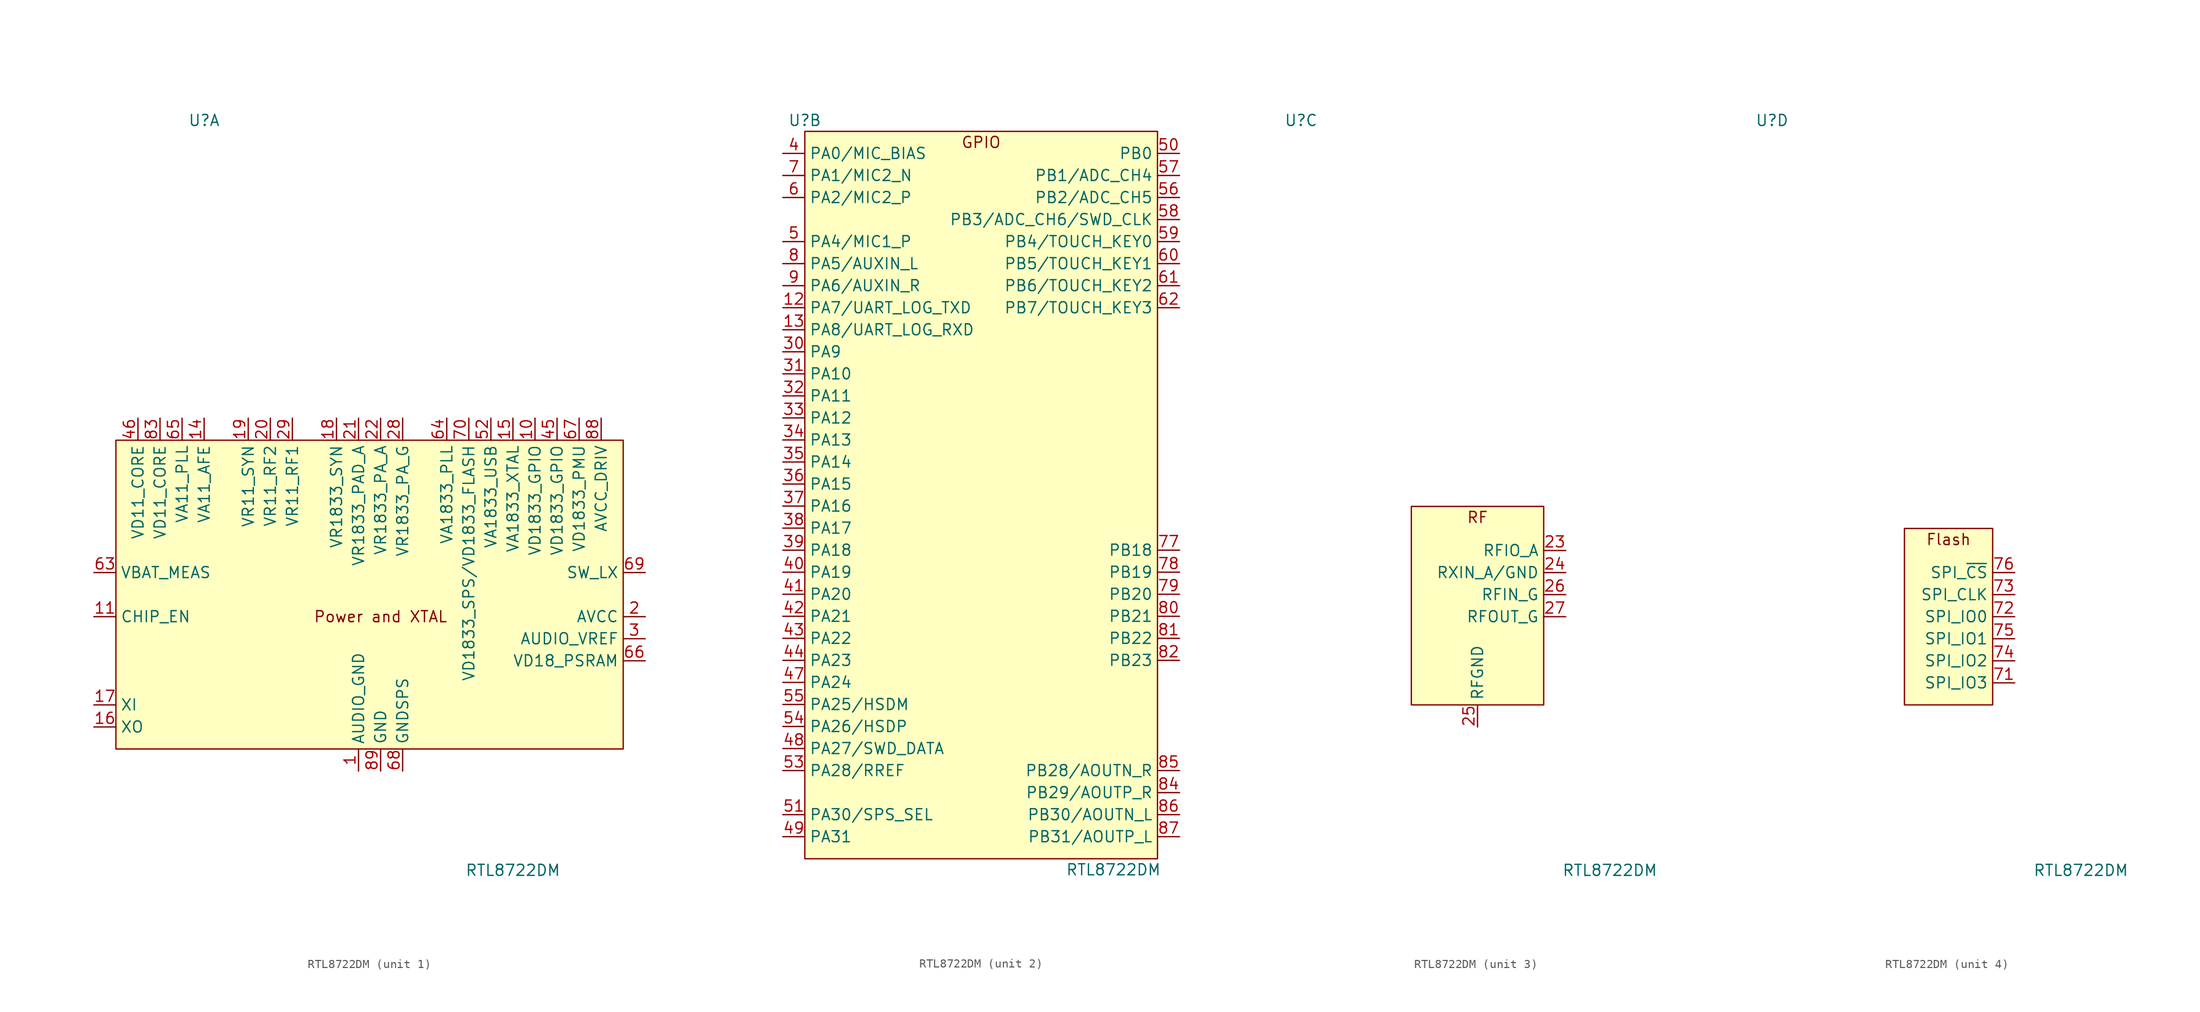
<source format=kicad_sym>
(kicad_symbol_lib
  (version 20220914)
  (generator kicad_symbol_editor)
  (symbol "RTL8722DM"
    (property "Reference" "U"
      (at -20.32 57.15 0)
      (effects (font (size 1.27 1.27))))
    (property "Value" "RTL8722DM"
      (at 15.24 -29.21 0)
      (effects (font (size 1.27 1.27))))
    (property "ki_locked" ""
      (at 0 0 0)
      (effects (font (size 1.27 1.27))))
    (symbol "RTL8722DM_1_0"
      (pin input line (at -33.02 0 0) (length 2.54) (name "CHIP_EN" (effects (font (size 1.27 1.27)))) (number "11" (effects (font (size 1.27 1.27))))))
    (symbol "RTL8722DM_1_1"
      (rectangle (start -30.48 20.32) (end 27.94 -15.24) (stroke (width 0) (type default)) (fill (type background)))
      (text "Power and XTAL" (at 0 0 0) (effects (font (size 1.27 1.27))))
      (pin power_out line (at -2.54 -17.78 90) (length 2.54) (name "AUDIO_GND" (effects (font (size 1.27 1.27)))) (number "1" (effects (font (size 1.27 1.27)))))
      (pin power_in line (at 17.78 22.86 270) (length 2.54) (name "VD1833_GPIO" (effects (font (size 1.27 1.27)))) (number "10" (effects (font (size 1.27 1.27)))))
      (pin power_in line (at -20.32 22.86 270) (length 2.54) (name "VA11_AFE" (effects (font (size 1.27 1.27)))) (number "14" (effects (font (size 1.27 1.27)))))
      (pin power_in line (at 15.24 22.86 270) (length 2.54) (name "VA1833_XTAL" (effects (font (size 1.27 1.27)))) (number "15" (effects (font (size 1.27 1.27)))))
      (pin output line (at -33.02 -12.7 0) (length 2.54) (name "XO" (effects (font (size 1.27 1.27)))) (number "16" (effects (font (size 1.27 1.27)))))
      (pin input line (at -33.02 -10.16 0) (length 2.54) (name "XI" (effects (font (size 1.27 1.27)))) (number "17" (effects (font (size 1.27 1.27)))))
      (pin power_in line (at -5.08 22.86 270) (length 2.54) (name "VR1833_SYN" (effects (font (size 1.27 1.27)))) (number "18" (effects (font (size 1.27 1.27)))))
      (pin power_in line (at -15.24 22.86 270) (length 2.54) (name "VR11_SYN" (effects (font (size 1.27 1.27)))) (number "19" (effects (font (size 1.27 1.27)))))
      (pin power_out line (at 30.48 0 180) (length 2.54) (name "AVCC" (effects (font (size 1.27 1.27)))) (number "2" (effects (font (size 1.27 1.27)))))
      (pin power_in line (at -12.7 22.86 270) (length 2.54) (name "VR11_RF2" (effects (font (size 1.27 1.27)))) (number "20" (effects (font (size 1.27 1.27)))))
      (pin power_in line (at -2.54 22.86 270) (length 2.54) (name "VR1833_PAD_A" (effects (font (size 1.27 1.27)))) (number "21" (effects (font (size 1.27 1.27)))))
      (pin power_in line (at 0 22.86 270) (length 2.54) (name "VR1833_PA_A" (effects (font (size 1.27 1.27)))) (number "22" (effects (font (size 1.27 1.27)))))
      (pin power_in line (at 2.54 22.86 270) (length 2.54) (name "VR1833_PA_G" (effects (font (size 1.27 1.27)))) (number "28" (effects (font (size 1.27 1.27)))))
      (pin power_in line (at -10.16 22.86 270) (length 2.54) (name "VR11_RF1" (effects (font (size 1.27 1.27)))) (number "29" (effects (font (size 1.27 1.27)))))
      (pin power_out line (at 30.48 -2.54 180) (length 2.54) (name "AUDIO_VREF" (effects (font (size 1.27 1.27)))) (number "3" (effects (font (size 1.27 1.27)))))
      (pin power_in line (at 20.32 22.86 270) (length 2.54) (name "VD1833_GPIO" (effects (font (size 1.27 1.27)))) (number "45" (effects (font (size 1.27 1.27)))))
      (pin power_in line (at -27.94 22.86 270) (length 2.54) (name "VD11_CORE" (effects (font (size 1.27 1.27)))) (number "46" (effects (font (size 1.27 1.27)))))
      (pin power_in line (at 12.7 22.86 270) (length 2.54) (name "VA1833_USB" (effects (font (size 1.27 1.27)))) (number "52" (effects (font (size 1.27 1.27)))))
      (pin input line (at -33.02 5.08 0) (length 2.54) (name "VBAT_MEAS" (effects (font (size 1.27 1.27)))) (number "63" (effects (font (size 1.27 1.27)))))
      (pin power_in line (at 7.62 22.86 270) (length 2.54) (name "VA1833_PLL" (effects (font (size 1.27 1.27)))) (number "64" (effects (font (size 1.27 1.27)))))
      (pin power_in line (at -22.86 22.86 270) (length 2.54) (name "VA11_PLL" (effects (font (size 1.27 1.27)))) (number "65" (effects (font (size 1.27 1.27)))))
      (pin power_out line (at 30.48 -5.08 180) (length 2.54) (name "VD18_PSRAM" (effects (font (size 1.27 1.27)))) (number "66" (effects (font (size 1.27 1.27)))))
      (pin power_in line (at 22.86 22.86 270) (length 2.54) (name "VD1833_PMU" (effects (font (size 1.27 1.27)))) (number "67" (effects (font (size 1.27 1.27)))))
      (pin power_out line (at 2.54 -17.78 90) (length 2.54) (name "GNDSPS" (effects (font (size 1.27 1.27)))) (number "68" (effects (font (size 1.27 1.27)))))
      (pin power_out line (at 30.48 5.08 180) (length 2.54) (name "SW_LX" (effects (font (size 1.27 1.27)))) (number "69" (effects (font (size 1.27 1.27)))))
      (pin power_in line (at 10.16 22.86 270) (length 2.54) (name "VD1833_SPS/VD1833_FLASH" (effects (font (size 1.27 1.27)))) (number "70" (effects (font (size 1.27 1.27)))))
      (pin power_in line (at -25.4 22.86 270) (length 2.54) (name "VD11_CORE" (effects (font (size 1.27 1.27)))) (number "83" (effects (font (size 1.27 1.27)))))
      (pin power_in line (at 25.4 22.86 270) (length 2.54) (name "AVCC_DRIV" (effects (font (size 1.27 1.27)))) (number "88" (effects (font (size 1.27 1.27)))))
      (pin power_in line (at 0 -17.78 90) (length 2.54) (name "GND" (effects (font (size 1.27 1.27)))) (number "89" (effects (font (size 1.27 1.27))))))
    (symbol "RTL8722DM_2_1"
      (rectangle (start -20.32 55.88) (end 20.32 -27.94) (stroke (width 0) (type default)) (fill (type background)))
      (text "GPIO" (at 0 54.61 0) (effects (font (size 1.27 1.27))))
      (pin bidirectional line (at -22.86 35.56 0) (length 2.54) (name "PA7/UART_LOG_TXD" (effects (font (size 1.27 1.27)))) (number "12" (effects (font (size 1.27 1.27)))))
      (pin bidirectional line (at -22.86 33.02 0) (length 2.54) (name "PA8/UART_LOG_RXD" (effects (font (size 1.27 1.27)))) (number "13" (effects (font (size 1.27 1.27)))))
      (pin bidirectional line (at -22.86 30.48 0) (length 2.54) (name "PA9" (effects (font (size 1.27 1.27)))) (number "30" (effects (font (size 1.27 1.27)))))
      (pin bidirectional line (at -22.86 27.94 0) (length 2.54) (name "PA10" (effects (font (size 1.27 1.27)))) (number "31" (effects (font (size 1.27 1.27)))))
      (pin bidirectional line (at -22.86 25.4 0) (length 2.54) (name "PA11" (effects (font (size 1.27 1.27)))) (number "32" (effects (font (size 1.27 1.27)))))
      (pin bidirectional line (at -22.86 22.86 0) (length 2.54) (name "PA12" (effects (font (size 1.27 1.27)))) (number "33" (effects (font (size 1.27 1.27)))))
      (pin bidirectional line (at -22.86 20.32 0) (length 2.54) (name "PA13" (effects (font (size 1.27 1.27)))) (number "34" (effects (font (size 1.27 1.27)))))
      (pin bidirectional line (at -22.86 17.78 0) (length 2.54) (name "PA14" (effects (font (size 1.27 1.27)))) (number "35" (effects (font (size 1.27 1.27)))))
      (pin bidirectional line (at -22.86 15.24 0) (length 2.54) (name "PA15" (effects (font (size 1.27 1.27)))) (number "36" (effects (font (size 1.27 1.27)))))
      (pin bidirectional line (at -22.86 12.7 0) (length 2.54) (name "PA16" (effects (font (size 1.27 1.27)))) (number "37" (effects (font (size 1.27 1.27)))))
      (pin bidirectional line (at -22.86 10.16 0) (length 2.54) (name "PA17" (effects (font (size 1.27 1.27)))) (number "38" (effects (font (size 1.27 1.27)))))
      (pin bidirectional line (at -22.86 7.62 0) (length 2.54) (name "PA18" (effects (font (size 1.27 1.27)))) (number "39" (effects (font (size 1.27 1.27)))))
      (pin bidirectional line (at -22.86 53.34 0) (length 2.54) (name "PA0/MIC_BIAS" (effects (font (size 1.27 1.27)))) (number "4" (effects (font (size 1.27 1.27)))))
      (pin bidirectional line (at -22.86 5.08 0) (length 2.54) (name "PA19" (effects (font (size 1.27 1.27)))) (number "40" (effects (font (size 1.27 1.27)))))
      (pin bidirectional line (at -22.86 2.54 0) (length 2.54) (name "PA20" (effects (font (size 1.27 1.27)))) (number "41" (effects (font (size 1.27 1.27)))))
      (pin bidirectional line (at -22.86 0 0) (length 2.54) (name "PA21" (effects (font (size 1.27 1.27)))) (number "42" (effects (font (size 1.27 1.27)))))
      (pin bidirectional line (at -22.86 -2.54 0) (length 2.54) (name "PA22" (effects (font (size 1.27 1.27)))) (number "43" (effects (font (size 1.27 1.27)))))
      (pin bidirectional line (at -22.86 -5.08 0) (length 2.54) (name "PA23" (effects (font (size 1.27 1.27)))) (number "44" (effects (font (size 1.27 1.27)))))
      (pin bidirectional line (at -22.86 -7.62 0) (length 2.54) (name "PA24" (effects (font (size 1.27 1.27)))) (number "47" (effects (font (size 1.27 1.27)))))
      (pin bidirectional line (at -22.86 -15.24 0) (length 2.54) (name "PA27/SWD_DATA" (effects (font (size 1.27 1.27)))) (number "48" (effects (font (size 1.27 1.27)))))
      (pin bidirectional line (at -22.86 -25.4 0) (length 2.54) (name "PA31" (effects (font (size 1.27 1.27)))) (number "49" (effects (font (size 1.27 1.27)))))
      (pin bidirectional line (at -22.86 43.18 0) (length 2.54) (name "PA4/MIC1_P" (effects (font (size 1.27 1.27)))) (number "5" (effects (font (size 1.27 1.27)))))
      (pin bidirectional line (at 22.86 53.34 180) (length 2.54) (name "PB0" (effects (font (size 1.27 1.27)))) (number "50" (effects (font (size 1.27 1.27)))))
      (pin bidirectional line (at -22.86 -22.86 0) (length 2.54) (name "PA30/SPS_SEL" (effects (font (size 1.27 1.27)))) (number "51" (effects (font (size 1.27 1.27)))))
      (pin bidirectional line (at -22.86 -17.78 0) (length 2.54) (name "PA28/RREF" (effects (font (size 1.27 1.27)))) (number "53" (effects (font (size 1.27 1.27)))))
      (pin bidirectional line (at -22.86 -12.7 0) (length 2.54) (name "PA26/HSDP" (effects (font (size 1.27 1.27)))) (number "54" (effects (font (size 1.27 1.27)))))
      (pin bidirectional line (at -22.86 -10.16 0) (length 2.54) (name "PA25/HSDM" (effects (font (size 1.27 1.27)))) (number "55" (effects (font (size 1.27 1.27)))))
      (pin bidirectional line (at 22.86 48.26 180) (length 2.54) (name "PB2/ADC_CH5" (effects (font (size 1.27 1.27)))) (number "56" (effects (font (size 1.27 1.27)))))
      (pin bidirectional line (at 22.86 50.8 180) (length 2.54) (name "PB1/ADC_CH4" (effects (font (size 1.27 1.27)))) (number "57" (effects (font (size 1.27 1.27)))))
      (pin bidirectional line (at 22.86 45.72 180) (length 2.54) (name "PB3/ADC_CH6/SWD_CLK" (effects (font (size 1.27 1.27)))) (number "58" (effects (font (size 1.27 1.27)))))
      (pin bidirectional line (at 22.86 43.18 180) (length 2.54) (name "PB4/TOUCH_KEY0" (effects (font (size 1.27 1.27)))) (number "59" (effects (font (size 1.27 1.27)))))
      (pin bidirectional line (at -22.86 48.26 0) (length 2.54) (name "PA2/MIC2_P" (effects (font (size 1.27 1.27)))) (number "6" (effects (font (size 1.27 1.27)))))
      (pin bidirectional line (at 22.86 40.64 180) (length 2.54) (name "PB5/TOUCH_KEY1" (effects (font (size 1.27 1.27)))) (number "60" (effects (font (size 1.27 1.27)))))
      (pin bidirectional line (at 22.86 38.1 180) (length 2.54) (name "PB6/TOUCH_KEY2" (effects (font (size 1.27 1.27)))) (number "61" (effects (font (size 1.27 1.27)))))
      (pin bidirectional line (at 22.86 35.56 180) (length 2.54) (name "PB7/TOUCH_KEY3" (effects (font (size 1.27 1.27)))) (number "62" (effects (font (size 1.27 1.27)))))
      (pin bidirectional line (at -22.86 50.8 0) (length 2.54) (name "PA1/MIC2_N" (effects (font (size 1.27 1.27)))) (number "7" (effects (font (size 1.27 1.27)))))
      (pin bidirectional line (at 22.86 7.62 180) (length 2.54) (name "PB18" (effects (font (size 1.27 1.27)))) (number "77" (effects (font (size 1.27 1.27)))))
      (pin bidirectional line (at 22.86 5.08 180) (length 2.54) (name "PB19" (effects (font (size 1.27 1.27)))) (number "78" (effects (font (size 1.27 1.27)))))
      (pin bidirectional line (at 22.86 2.54 180) (length 2.54) (name "PB20" (effects (font (size 1.27 1.27)))) (number "79" (effects (font (size 1.27 1.27)))))
      (pin bidirectional line (at -22.86 40.64 0) (length 2.54) (name "PA5/AUXIN_L" (effects (font (size 1.27 1.27)))) (number "8" (effects (font (size 1.27 1.27)))))
      (pin bidirectional line (at 22.86 0 180) (length 2.54) (name "PB21" (effects (font (size 1.27 1.27)))) (number "80" (effects (font (size 1.27 1.27)))))
      (pin bidirectional line (at 22.86 -2.54 180) (length 2.54) (name "PB22" (effects (font (size 1.27 1.27)))) (number "81" (effects (font (size 1.27 1.27)))))
      (pin bidirectional line (at 22.86 -5.08 180) (length 2.54) (name "PB23" (effects (font (size 1.27 1.27)))) (number "82" (effects (font (size 1.27 1.27)))))
      (pin bidirectional line (at 22.86 -20.32 180) (length 2.54) (name "PB29/AOUTP_R" (effects (font (size 1.27 1.27)))) (number "84" (effects (font (size 1.27 1.27)))))
      (pin bidirectional line (at 22.86 -17.78 180) (length 2.54) (name "PB28/AOUTN_R" (effects (font (size 1.27 1.27)))) (number "85" (effects (font (size 1.27 1.27)))))
      (pin bidirectional line (at 22.86 -22.86 180) (length 2.54) (name "PB30/AOUTN_L" (effects (font (size 1.27 1.27)))) (number "86" (effects (font (size 1.27 1.27)))))
      (pin bidirectional line (at 22.86 -25.4 180) (length 2.54) (name "PB31/AOUTP_L" (effects (font (size 1.27 1.27)))) (number "87" (effects (font (size 1.27 1.27)))))
      (pin bidirectional line (at -22.86 38.1 0) (length 2.54) (name "PA6/AUXIN_R" (effects (font (size 1.27 1.27)))) (number "9" (effects (font (size 1.27 1.27))))))
    (symbol "RTL8722DM_3_1"
      (rectangle (start -7.62 12.7) (end 7.62 -10.16) (stroke (width 0) (type default)) (fill (type background)))
      (text "RF" (at 0 11.43 0) (effects (font (size 1.27 1.27))))
      (pin bidirectional line (at 10.16 7.62 180) (length 2.54) (name "RFIO_A" (effects (font (size 1.27 1.27)))) (number "23" (effects (font (size 1.27 1.27)))))
      (pin input line (at 10.16 5.08 180) (length 2.54) (name "RXIN_A/GND" (effects (font (size 1.27 1.27)))) (number "24" (effects (font (size 1.27 1.27)))))
      (pin power_in line (at 0 -12.7 90) (length 2.54) (name "RFGND" (effects (font (size 1.27 1.27)))) (number "25" (effects (font (size 1.27 1.27)))))
      (pin input line (at 10.16 2.54 180) (length 2.54) (name "RFIN_G" (effects (font (size 1.27 1.27)))) (number "26" (effects (font (size 1.27 1.27)))))
      (pin output line (at 10.16 0 180) (length 2.54) (name "RFOUT_G" (effects (font (size 1.27 1.27)))) (number "27" (effects (font (size 1.27 1.27))))))
    (symbol "RTL8722DM_4_1"
      (rectangle (start -5.08 10.16) (end 5.08 -10.16) (stroke (width 0) (type default)) (fill (type background)))
      (text "Flash" (at 0 8.89 0) (effects (font (size 1.27 1.27))))
      (pin bidirectional line (at 7.62 -7.62 180) (length 2.54) (name "SPI_IO3" (effects (font (size 1.27 1.27)))) (number "71" (effects (font (size 1.27 1.27)))))
      (pin bidirectional line (at 7.62 0 180) (length 2.54) (name "SPI_IO0" (effects (font (size 1.27 1.27)))) (number "72" (effects (font (size 1.27 1.27)))))
      (pin bidirectional line (at 7.62 2.54 180) (length 2.54) (name "SPI_CLK" (effects (font (size 1.27 1.27)))) (number "73" (effects (font (size 1.27 1.27)))))
      (pin bidirectional line (at 7.62 -5.08 180) (length 2.54) (name "SPI_IO2" (effects (font (size 1.27 1.27)))) (number "74" (effects (font (size 1.27 1.27)))))
      (pin bidirectional line (at 7.62 -2.54 180) (length 2.54) (name "SPI_IO1" (effects (font (size 1.27 1.27)))) (number "75" (effects (font (size 1.27 1.27)))))
      (pin bidirectional line (at 7.62 5.08 180) (length 2.54) (name "SPI_~{CS}" (effects (font (size 1.27 1.27)))) (number "76" (effects (font (size 1.27 1.27))))))))
</source>
